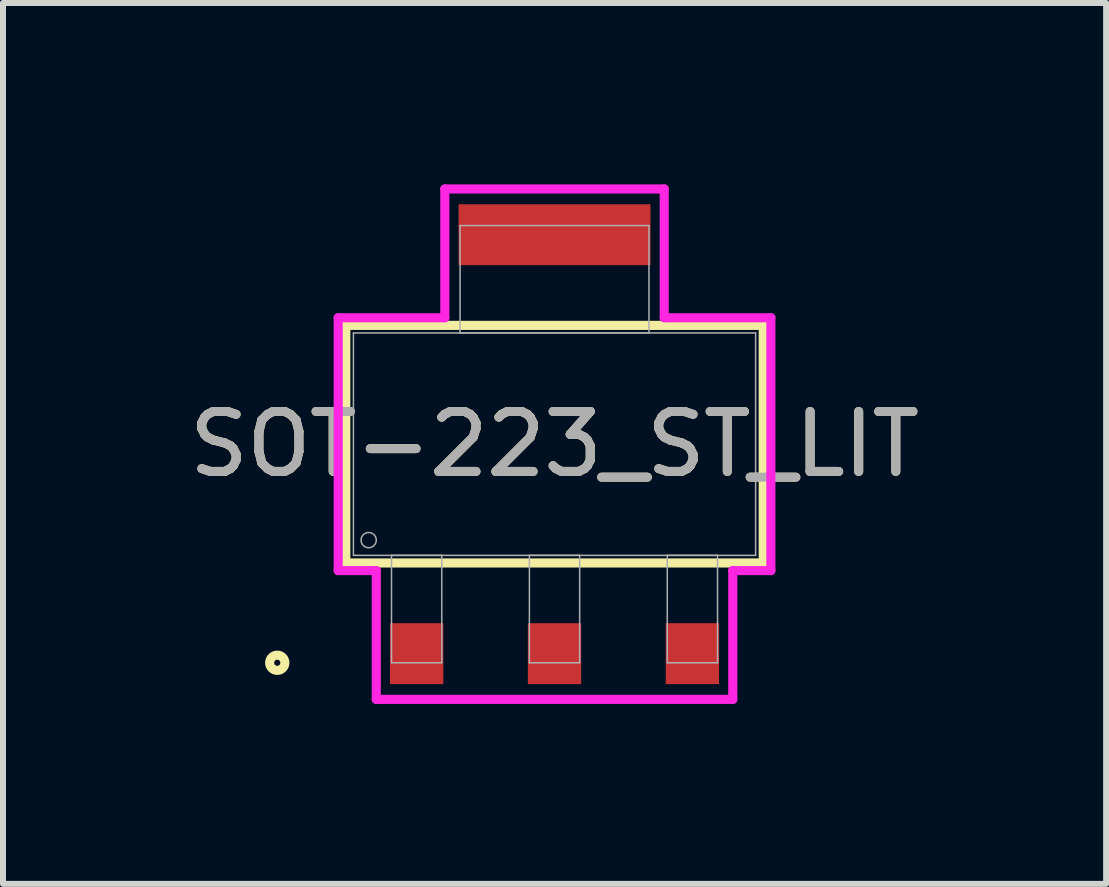
<source format=kicad_pcb>
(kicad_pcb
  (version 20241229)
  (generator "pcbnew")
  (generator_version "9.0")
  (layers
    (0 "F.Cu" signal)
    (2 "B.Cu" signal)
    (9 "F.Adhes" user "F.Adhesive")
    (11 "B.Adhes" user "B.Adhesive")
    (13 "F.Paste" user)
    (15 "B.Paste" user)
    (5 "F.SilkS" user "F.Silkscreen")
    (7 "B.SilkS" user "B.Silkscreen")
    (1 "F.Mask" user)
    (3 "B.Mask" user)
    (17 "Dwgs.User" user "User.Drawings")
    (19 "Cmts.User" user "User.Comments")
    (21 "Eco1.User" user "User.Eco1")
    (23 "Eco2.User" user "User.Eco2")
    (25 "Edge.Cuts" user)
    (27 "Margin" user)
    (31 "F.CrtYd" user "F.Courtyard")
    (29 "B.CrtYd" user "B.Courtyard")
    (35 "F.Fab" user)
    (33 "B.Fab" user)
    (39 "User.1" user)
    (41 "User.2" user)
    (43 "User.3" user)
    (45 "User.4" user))
  (footprint "SOT-223_ST_LIT"
    (layer "F.Cu")
    (at 6.196 4.356)
    (property "Reference" "SOT-223_ST_LIT" (at 0 0 0) (unlocked yes) (layer "F.SilkS") (effects (font (size 1 1) (thickness 0.15))))
    (attr smd)
    (fp_poly (pts (xy 1.6 -4) (xy -1.6 -4) (xy -1.6 -2.985) (xy 1.6 -2.985)) (stroke (width 0) (type solid)) (fill yes) (layer "F.Cu"))
    (fp_poly (pts (xy 1.626 -4.356) (xy -1.626 -4.356) (xy -1.626 -2.629) (xy 1.626 -2.629)) (stroke (width 0) (type solid)) (fill yes) (layer "F.Mask"))
    (fp_line (start -3.48 -1.981) (end -3.48 1.981) (stroke (width 0.152) (type solid)) (layer "F.SilkS"))
    (fp_line (start -3.48 1.981) (end 3.48 1.981) (stroke (width 0.152) (type solid)) (layer "F.SilkS"))
    (fp_line (start 3.48 -1.981) (end -3.48 -1.981) (stroke (width 0.152) (type solid)) (layer "F.SilkS"))
    (fp_line (start 3.48 1.981) (end 3.48 -1.981) (stroke (width 0.152) (type solid)) (layer "F.SilkS"))
    (fp_circle (center -4.623 3.645) (end -4.496 3.645) (stroke (width 0.152) (type solid)) (fill no) (layer "F.SilkS"))
    (fp_poly (pts (xy 1.6 -4) (xy -1.6 -4) (xy -1.6 -2.985) (xy 1.6 -2.985)) (stroke (width 0) (type solid)) (fill yes) (layer "F.Paste"))
    (fp_line (start -3.607 -2.108) (end -1.829 -2.108) (stroke (width 0.152) (type solid)) (layer "F.CrtYd"))
    (fp_line (start -3.607 2.108) (end -3.607 -2.108) (stroke (width 0.152) (type solid)) (layer "F.CrtYd"))
    (fp_line (start -2.972 2.108) (end -3.607 2.108) (stroke (width 0.152) (type solid)) (layer "F.CrtYd"))
    (fp_line (start -2.972 4.255) (end -2.972 2.108) (stroke (width 0.152) (type solid)) (layer "F.CrtYd"))
    (fp_line (start -1.829 -4.255) (end 1.829 -4.255) (stroke (width 0.152) (type solid)) (layer "F.CrtYd"))
    (fp_line (start -1.829 -2.108) (end -1.829 -4.255) (stroke (width 0.152) (type solid)) (layer "F.CrtYd"))
    (fp_line (start 1.829 -4.255) (end 1.829 -2.108) (stroke (width 0.152) (type solid)) (layer "F.CrtYd"))
    (fp_line (start 1.829 -2.108) (end 3.607 -2.108) (stroke (width 0.152) (type solid)) (layer "F.CrtYd"))
    (fp_line (start 2.972 2.108) (end 2.972 4.255) (stroke (width 0.152) (type solid)) (layer "F.CrtYd"))
    (fp_line (start 2.972 4.255) (end -2.972 4.255) (stroke (width 0.152) (type solid)) (layer "F.CrtYd"))
    (fp_line (start 3.607 -2.108) (end 3.607 2.108) (stroke (width 0.152) (type solid)) (layer "F.CrtYd"))
    (fp_line (start 3.607 2.108) (end 2.972 2.108) (stroke (width 0.152) (type solid)) (layer "F.CrtYd"))
    (fp_line (start -3.353 -1.854) (end -3.353 1.854) (stroke (width 0.025) (type solid)) (layer "F.Fab"))
    (fp_line (start -3.353 1.854) (end 3.353 1.854) (stroke (width 0.025) (type solid)) (layer "F.Fab"))
    (fp_line (start -2.718 1.854) (end -2.718 3.645) (stroke (width 0.025) (type solid)) (layer "F.Fab"))
    (fp_line (start -2.718 3.645) (end -1.88 3.645) (stroke (width 0.025) (type solid)) (layer "F.Fab"))
    (fp_line (start -1.88 1.854) (end -2.718 1.854) (stroke (width 0.025) (type solid)) (layer "F.Fab"))
    (fp_line (start -1.88 3.645) (end -1.88 1.854) (stroke (width 0.025) (type solid)) (layer "F.Fab"))
    (fp_line (start -1.575 -3.645) (end -1.575 -1.854) (stroke (width 0.025) (type solid)) (layer "F.Fab"))
    (fp_line (start -1.575 -1.854) (end 1.575 -1.854) (stroke (width 0.025) (type solid)) (layer "F.Fab"))
    (fp_line (start -0.419 1.854) (end -0.419 3.645) (stroke (width 0.025) (type solid)) (layer "F.Fab"))
    (fp_line (start -0.419 3.645) (end 0.419 3.645) (stroke (width 0.025) (type solid)) (layer "F.Fab"))
    (fp_line (start 0.419 1.854) (end -0.419 1.854) (stroke (width 0.025) (type solid)) (layer "F.Fab"))
    (fp_line (start 0.419 3.645) (end 0.419 1.854) (stroke (width 0.025) (type solid)) (layer "F.Fab"))
    (fp_line (start 1.575 -3.645) (end -1.575 -3.645) (stroke (width 0.025) (type solid)) (layer "F.Fab"))
    (fp_line (start 1.575 -1.854) (end 1.575 -3.645) (stroke (width 0.025) (type solid)) (layer "F.Fab"))
    (fp_line (start 1.88 1.854) (end 1.88 3.645) (stroke (width 0.025) (type solid)) (layer "F.Fab"))
    (fp_line (start 1.88 3.645) (end 2.718 3.645) (stroke (width 0.025) (type solid)) (layer "F.Fab"))
    (fp_line (start 2.718 1.854) (end 1.88 1.854) (stroke (width 0.025) (type solid)) (layer "F.Fab"))
    (fp_line (start 2.718 3.645) (end 2.718 1.854) (stroke (width 0.025) (type solid)) (layer "F.Fab"))
    (fp_line (start 3.353 -1.854) (end -3.353 -1.854) (stroke (width 0.025) (type solid)) (layer "F.Fab"))
    (fp_line (start 3.353 1.854) (end 3.353 -1.854) (stroke (width 0.025) (type solid)) (layer "F.Fab"))
    (fp_circle (center -3.099 1.6) (end -2.972 1.6) (stroke (width 0.025) (type solid)) (fill no) (layer "F.Fab"))
    (fp_text user "${REFERENCE}" (at 0 0 0) (unlocked yes) (layer "F.Fab") (effects (font (size 1 1) (thickness 0.15))))
    (pad "1" smd rect (at -2.299 3.493) (size 0.889 1.016) (layers "F.Cu" "F.Mask" "F.Paste"))
    (pad "2" smd rect (at 0 3.493) (size 0.889 1.016) (layers "F.Cu" "F.Mask" "F.Paste"))
    (pad "3" smd rect (at 2.299 3.493) (size 0.889 1.016) (layers "F.Cu" "F.Mask" "F.Paste")))
  (gr_rect
    (start -3 -3)
    (end 15.393 11.687)
    (stroke (width 0.1) (type default))
    (fill no)
    (layer "Edge.Cuts")))
</source>
